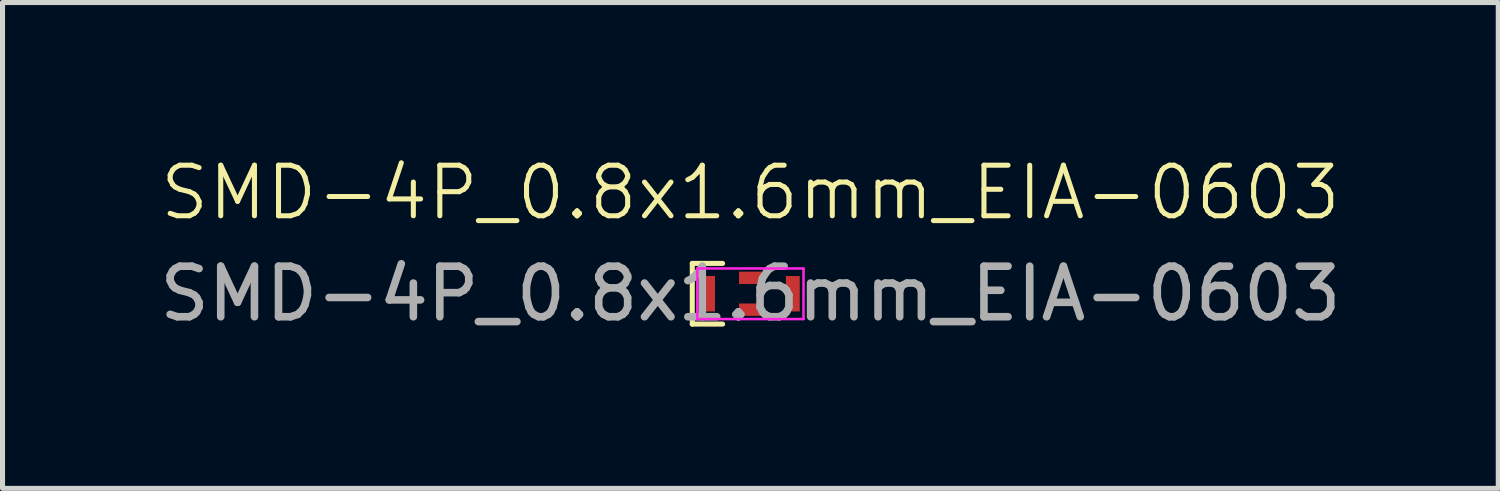
<source format=kicad_pcb>
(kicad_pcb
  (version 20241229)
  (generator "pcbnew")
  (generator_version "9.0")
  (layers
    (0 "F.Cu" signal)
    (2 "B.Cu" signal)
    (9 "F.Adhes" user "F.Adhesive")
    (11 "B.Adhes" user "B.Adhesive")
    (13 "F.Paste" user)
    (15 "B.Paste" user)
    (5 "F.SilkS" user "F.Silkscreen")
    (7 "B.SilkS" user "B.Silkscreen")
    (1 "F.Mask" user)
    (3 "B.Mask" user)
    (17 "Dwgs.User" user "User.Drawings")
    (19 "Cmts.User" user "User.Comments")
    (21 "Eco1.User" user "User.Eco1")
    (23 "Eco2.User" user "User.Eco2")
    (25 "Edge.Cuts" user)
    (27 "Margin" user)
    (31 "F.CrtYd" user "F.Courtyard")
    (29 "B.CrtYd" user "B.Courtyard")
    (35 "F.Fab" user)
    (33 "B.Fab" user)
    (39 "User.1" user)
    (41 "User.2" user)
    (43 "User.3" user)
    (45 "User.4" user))
  (footprint "SMD-4P_0.8x1.6mm_EIA-0603"
    (layer "F.Cu")
    (at 11.792 2.76)
    (property "Reference" "SMD-4P_0.8x1.6mm_EIA-0603" (at 0 -2 0) (unlocked yes) (layer "F.SilkS") (effects (font (size 1 1) (thickness 0.1))))
    (attr smd)
    (fp_line (start -1.15 -0.6) (end -1.15 0.6) (stroke (width 0.1) (type default)) (layer "F.SilkS"))
    (fp_line (start -1.15 0.6) (end -0.55 0.6) (stroke (width 0.1) (type default)) (layer "F.SilkS"))
    (fp_line (start -0.55 -0.6) (end -1.15 -0.6) (stroke (width 0.1) (type default)) (layer "F.SilkS"))
    (fp_line (start -1.05 -0.5) (end 1.05 -0.5) (stroke (width 0.05) (type default)) (layer "F.CrtYd"))
    (fp_line (start -1.05 0.5) (end -1.05 -0.5) (stroke (width 0.05) (type default)) (layer "F.CrtYd"))
    (fp_line (start 1.05 -0.5) (end 1.05 0.5) (stroke (width 0.05) (type default)) (layer "F.CrtYd"))
    (fp_line (start 1.05 0.5) (end -1.05 0.5) (stroke (width 0.05) (type default)) (layer "F.CrtYd"))
    (fp_text user "${REFERENCE}" (at 0 0 0) (unlocked yes) (layer "F.Fab") (effects (font (size 1 1) (thickness 0.15))))
    (pad "1" smd rect (at -0.838 0) (size 0.275 0.7) (layers "F.Cu" "F.Mask" "F.Paste"))
    (pad "2" smd rect (at 0 0.315) (size 0.45 0.245) (layers "F.Cu" "F.Mask" "F.Paste"))
    (pad "3" smd rect (at 0.838 0) (size 0.275 0.7) (layers "F.Cu" "F.Mask" "F.Paste"))
    (pad "4" smd rect (at 0 -0.315) (size 0.45 0.245) (layers "F.Cu" "F.Mask" "F.Paste")))
  (gr_rect
    (start -3 -3)
    (end 26.583 6.609)
    (stroke (width 0.1) (type default))
    (fill no)
    (layer "Edge.Cuts")))
</source>
